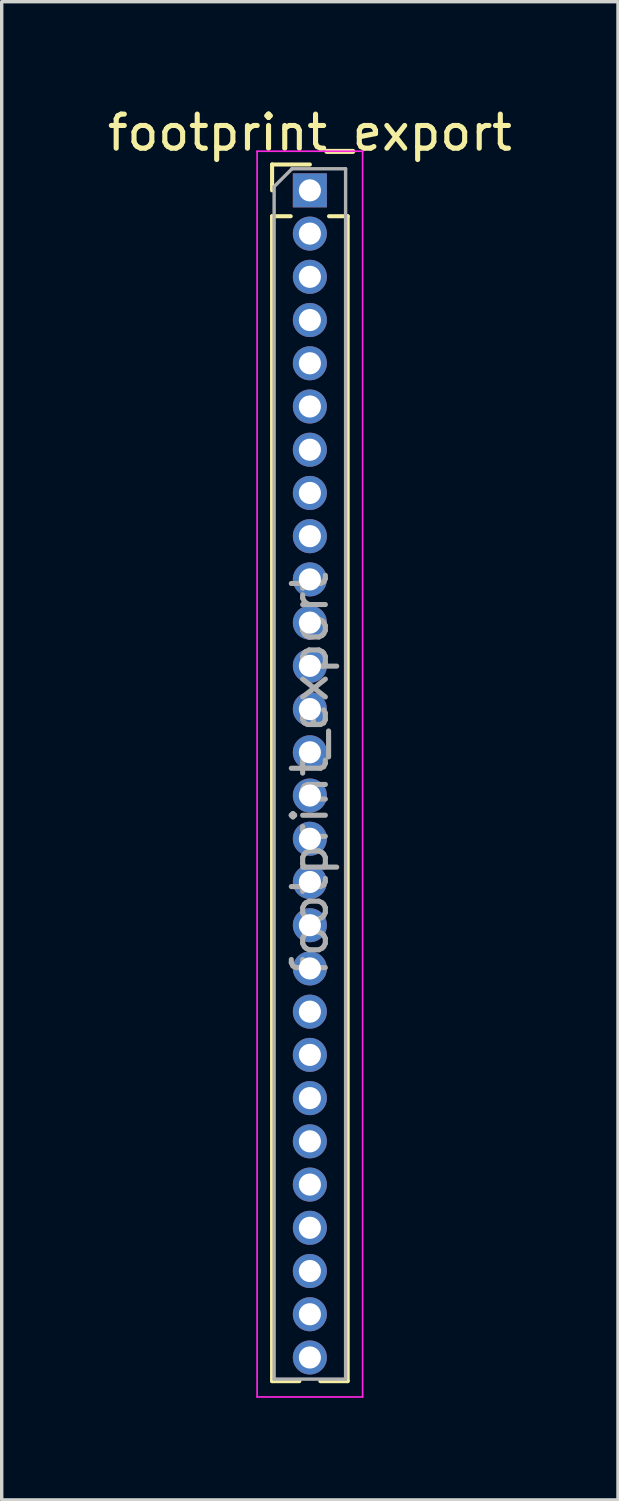
<source format=kicad_pcb>
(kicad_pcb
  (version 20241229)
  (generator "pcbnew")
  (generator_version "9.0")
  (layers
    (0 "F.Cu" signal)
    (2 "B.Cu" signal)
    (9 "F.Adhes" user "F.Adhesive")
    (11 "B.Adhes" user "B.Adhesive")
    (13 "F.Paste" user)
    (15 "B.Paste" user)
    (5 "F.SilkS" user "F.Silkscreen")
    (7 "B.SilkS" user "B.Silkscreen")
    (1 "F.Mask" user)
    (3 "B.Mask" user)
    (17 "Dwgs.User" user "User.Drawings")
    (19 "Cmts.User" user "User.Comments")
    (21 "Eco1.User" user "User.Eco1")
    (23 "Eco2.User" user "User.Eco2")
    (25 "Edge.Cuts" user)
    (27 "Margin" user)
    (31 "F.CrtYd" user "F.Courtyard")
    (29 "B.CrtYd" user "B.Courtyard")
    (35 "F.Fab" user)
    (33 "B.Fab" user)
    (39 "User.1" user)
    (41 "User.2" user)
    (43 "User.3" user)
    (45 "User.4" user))
  (footprint "footprint_export"
    (layer "F.Cu")
    (at 6.054 2.543)
    (property "Reference" "footprint_export" (at 0 -1.695 0) (layer "F.SilkS") (effects (font (size 1 1) (thickness 0.15))))
    (attr through_hole)
    (fp_line (start -1.11 -0.76) (end 0 -0.76) (stroke (width 0.12) (type solid)) (layer "F.SilkS"))
    (fp_line (start -1.11 0) (end -1.11 -0.76) (stroke (width 0.12) (type solid)) (layer "F.SilkS"))
    (fp_line (start -1.11 0.76) (end -1.11 34.985) (stroke (width 0.12) (type solid)) (layer "F.SilkS"))
    (fp_line (start -1.11 0.76) (end -0.563 0.76) (stroke (width 0.12) (type solid)) (layer "F.SilkS"))
    (fp_line (start -1.11 34.985) (end -0.308 34.985) (stroke (width 0.12) (type solid)) (layer "F.SilkS"))
    (fp_line (start 0.308 34.985) (end 1.11 34.985) (stroke (width 0.12) (type solid)) (layer "F.SilkS"))
    (fp_line (start 0.563 0.76) (end 1.11 0.76) (stroke (width 0.12) (type solid)) (layer "F.SilkS"))
    (fp_line (start 1.11 0.76) (end 1.11 34.985) (stroke (width 0.12) (type solid)) (layer "F.SilkS"))
    (fp_line (start -1.55 -1.15) (end -1.55 35.45) (stroke (width 0.05) (type solid)) (layer "F.CrtYd"))
    (fp_line (start -1.55 35.45) (end 1.55 35.45) (stroke (width 0.05) (type solid)) (layer "F.CrtYd"))
    (fp_line (start 1.55 -1.15) (end -1.55 -1.15) (stroke (width 0.05) (type solid)) (layer "F.CrtYd"))
    (fp_line (start 1.55 35.45) (end 1.55 -1.15) (stroke (width 0.05) (type solid)) (layer "F.CrtYd"))
    (fp_line (start -1.05 -0.11) (end -0.525 -0.635) (stroke (width 0.1) (type solid)) (layer "F.Fab"))
    (fp_line (start -1.05 34.925) (end -1.05 -0.11) (stroke (width 0.1) (type solid)) (layer "F.Fab"))
    (fp_line (start -0.525 -0.635) (end 1.05 -0.635) (stroke (width 0.1) (type solid)) (layer "F.Fab"))
    (fp_line (start 1.05 -0.635) (end 1.05 34.925) (stroke (width 0.1) (type solid)) (layer "F.Fab"))
    (fp_line (start 1.05 34.925) (end -1.05 34.925) (stroke (width 0.1) (type solid)) (layer "F.Fab"))
    (fp_text user "${REFERENCE}" (at 0 17.145 90) (layer "F.Fab") (effects (font (size 1 1) (thickness 0.15))))
    (pad "1" thru_hole rect (at 0 0) (size 1 1) (drill 0.65) (layers "*.Cu" "*.Mask"))
    (pad "2" thru_hole oval (at 0 1.27) (size 1 1) (drill 0.65) (layers "*.Cu" "*.Mask"))
    (pad "3" thru_hole oval (at 0 2.54) (size 1 1) (drill 0.65) (layers "*.Cu" "*.Mask"))
    (pad "4" thru_hole oval (at 0 3.81) (size 1 1) (drill 0.65) (layers "*.Cu" "*.Mask"))
    (pad "5" thru_hole oval (at 0 5.08) (size 1 1) (drill 0.65) (layers "*.Cu" "*.Mask"))
    (pad "6" thru_hole oval (at 0 6.35) (size 1 1) (drill 0.65) (layers "*.Cu" "*.Mask"))
    (pad "7" thru_hole oval (at 0 7.62) (size 1 1) (drill 0.65) (layers "*.Cu" "*.Mask"))
    (pad "8" thru_hole oval (at 0 8.89) (size 1 1) (drill 0.65) (layers "*.Cu" "*.Mask"))
    (pad "9" thru_hole oval (at 0 10.16) (size 1 1) (drill 0.65) (layers "*.Cu" "*.Mask"))
    (pad "10" thru_hole oval (at 0 11.43) (size 1 1) (drill 0.65) (layers "*.Cu" "*.Mask"))
    (pad "11" thru_hole oval (at 0 12.7) (size 1 1) (drill 0.65) (layers "*.Cu" "*.Mask"))
    (pad "12" thru_hole oval (at 0 13.97) (size 1 1) (drill 0.65) (layers "*.Cu" "*.Mask"))
    (pad "13" thru_hole oval (at 0 15.24) (size 1 1) (drill 0.65) (layers "*.Cu" "*.Mask"))
    (pad "14" thru_hole oval (at 0 16.51) (size 1 1) (drill 0.65) (layers "*.Cu" "*.Mask"))
    (pad "15" thru_hole oval (at 0 17.78) (size 1 1) (drill 0.65) (layers "*.Cu" "*.Mask"))
    (pad "16" thru_hole oval (at 0 19.05) (size 1 1) (drill 0.65) (layers "*.Cu" "*.Mask"))
    (pad "17" thru_hole oval (at 0 20.32) (size 1 1) (drill 0.65) (layers "*.Cu" "*.Mask"))
    (pad "18" thru_hole oval (at 0 21.59) (size 1 1) (drill 0.65) (layers "*.Cu" "*.Mask"))
    (pad "19" thru_hole oval (at 0 22.86) (size 1 1) (drill 0.65) (layers "*.Cu" "*.Mask"))
    (pad "20" thru_hole oval (at 0 24.13) (size 1 1) (drill 0.65) (layers "*.Cu" "*.Mask"))
    (pad "21" thru_hole oval (at 0 25.4) (size 1 1) (drill 0.65) (layers "*.Cu" "*.Mask"))
    (pad "22" thru_hole oval (at 0 26.67) (size 1 1) (drill 0.65) (layers "*.Cu" "*.Mask"))
    (pad "23" thru_hole oval (at 0 27.94) (size 1 1) (drill 0.65) (layers "*.Cu" "*.Mask"))
    (pad "24" thru_hole oval (at 0 29.21) (size 1 1) (drill 0.65) (layers "*.Cu" "*.Mask"))
    (pad "25" thru_hole oval (at 0 30.48) (size 1 1) (drill 0.65) (layers "*.Cu" "*.Mask"))
    (pad "26" thru_hole oval (at 0 31.75) (size 1 1) (drill 0.65) (layers "*.Cu" "*.Mask"))
    (pad "27" thru_hole oval (at 0 33.02) (size 1 1) (drill 0.65) (layers "*.Cu" "*.Mask"))
    (pad "28" thru_hole oval (at 0 34.29) (size 1 1) (drill 0.65) (layers "*.Cu" "*.Mask")))
  (gr_rect
    (start -3 -3)
    (end 15.107 41.018)
    (stroke (width 0.1) (type default))
    (fill no)
    (layer "Edge.Cuts")))
</source>
